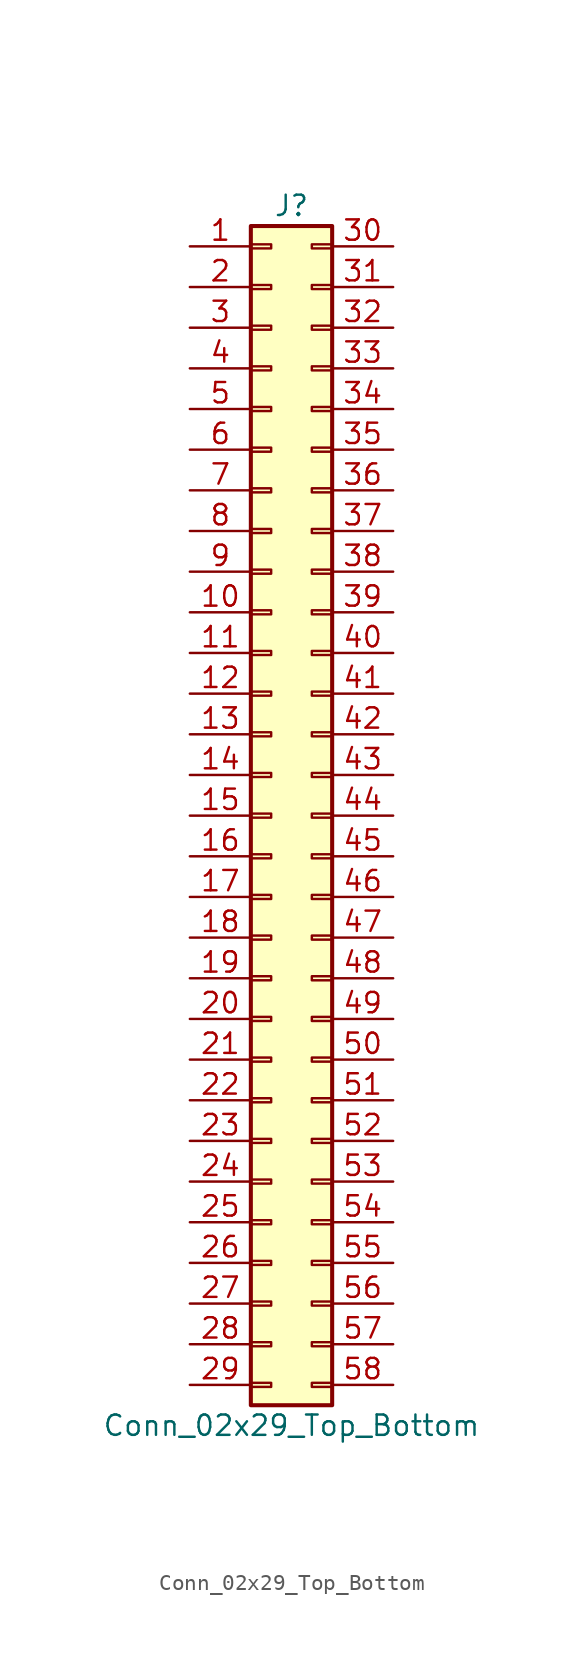
<source format=kicad_sym>
(kicad_symbol_lib
  (version 20201005)
  (generator kicad_symbol_editor)
  (symbol "Conn_02x29_Top_Bottom"
    (pin_names
      (offset 1.016) hide)
    (property "Reference" "J"
      (at 1.27 38.1 0)
      (effects (font (size 1.27 1.27))))
    (property "Value" "Conn_02x29_Top_Bottom"
      (at 1.27 -38.1 0)
      (effects (font (size 1.27 1.27))))
    (symbol "Conn_02x29_Top_Bottom_1_1"
      (rectangle (start -1.27 -35.433) (end 0 -35.687) (stroke (width 0.152)) (fill (type none)))
      (rectangle (start -1.27 -32.893) (end 0 -33.147) (stroke (width 0.152)) (fill (type none)))
      (rectangle (start -1.27 -30.353) (end 0 -30.607) (stroke (width 0.152)) (fill (type none)))
      (rectangle (start -1.27 -27.813) (end 0 -28.067) (stroke (width 0.152)) (fill (type none)))
      (rectangle (start -1.27 -25.273) (end 0 -25.527) (stroke (width 0.152)) (fill (type none)))
      (rectangle (start -1.27 -22.733) (end 0 -22.987) (stroke (width 0.152)) (fill (type none)))
      (rectangle (start -1.27 -20.193) (end 0 -20.447) (stroke (width 0.152)) (fill (type none)))
      (rectangle (start -1.27 -17.653) (end 0 -17.907) (stroke (width 0.152)) (fill (type none)))
      (rectangle (start -1.27 -15.113) (end 0 -15.367) (stroke (width 0.152)) (fill (type none)))
      (rectangle (start -1.27 -12.573) (end 0 -12.827) (stroke (width 0.152)) (fill (type none)))
      (rectangle (start -1.27 -10.033) (end 0 -10.287) (stroke (width 0.152)) (fill (type none)))
      (rectangle (start -1.27 -7.493) (end 0 -7.747) (stroke (width 0.152)) (fill (type none)))
      (rectangle (start -1.27 -4.953) (end 0 -5.207) (stroke (width 0.152)) (fill (type none)))
      (rectangle (start -1.27 -2.413) (end 0 -2.667) (stroke (width 0.152)) (fill (type none)))
      (rectangle (start -1.27 0.127) (end 0 -0.127) (stroke (width 0.152)) (fill (type none)))
      (rectangle (start -1.27 2.667) (end 0 2.413) (stroke (width 0.152)) (fill (type none)))
      (rectangle (start -1.27 5.207) (end 0 4.953) (stroke (width 0.152)) (fill (type none)))
      (rectangle (start -1.27 7.747) (end 0 7.493) (stroke (width 0.152)) (fill (type none)))
      (rectangle (start -1.27 10.287) (end 0 10.033) (stroke (width 0.152)) (fill (type none)))
      (rectangle (start -1.27 12.827) (end 0 12.573) (stroke (width 0.152)) (fill (type none)))
      (rectangle (start -1.27 15.367) (end 0 15.113) (stroke (width 0.152)) (fill (type none)))
      (rectangle (start -1.27 17.907) (end 0 17.653) (stroke (width 0.152)) (fill (type none)))
      (rectangle (start -1.27 20.447) (end 0 20.193) (stroke (width 0.152)) (fill (type none)))
      (rectangle (start -1.27 22.987) (end 0 22.733) (stroke (width 0.152)) (fill (type none)))
      (rectangle (start -1.27 25.527) (end 0 25.273) (stroke (width 0.152)) (fill (type none)))
      (rectangle (start -1.27 28.067) (end 0 27.813) (stroke (width 0.152)) (fill (type none)))
      (rectangle (start -1.27 30.607) (end 0 30.353) (stroke (width 0.152)) (fill (type none)))
      (rectangle (start -1.27 33.147) (end 0 32.893) (stroke (width 0.152)) (fill (type none)))
      (rectangle (start -1.27 35.687) (end 0 35.433) (stroke (width 0.152)) (fill (type none)))
      (rectangle (start -1.27 36.83) (end 3.81 -36.83) (stroke (width 0.254)) (fill (type background)))
      (rectangle (start 3.81 -35.433) (end 2.54 -35.687) (stroke (width 0.152)) (fill (type none)))
      (rectangle (start 3.81 -32.893) (end 2.54 -33.147) (stroke (width 0.152)) (fill (type none)))
      (rectangle (start 3.81 -30.353) (end 2.54 -30.607) (stroke (width 0.152)) (fill (type none)))
      (rectangle (start 3.81 -27.813) (end 2.54 -28.067) (stroke (width 0.152)) (fill (type none)))
      (rectangle (start 3.81 -25.273) (end 2.54 -25.527) (stroke (width 0.152)) (fill (type none)))
      (rectangle (start 3.81 -22.733) (end 2.54 -22.987) (stroke (width 0.152)) (fill (type none)))
      (rectangle (start 3.81 -20.193) (end 2.54 -20.447) (stroke (width 0.152)) (fill (type none)))
      (rectangle (start 3.81 -17.653) (end 2.54 -17.907) (stroke (width 0.152)) (fill (type none)))
      (rectangle (start 3.81 -15.113) (end 2.54 -15.367) (stroke (width 0.152)) (fill (type none)))
      (rectangle (start 3.81 -12.573) (end 2.54 -12.827) (stroke (width 0.152)) (fill (type none)))
      (rectangle (start 3.81 -10.033) (end 2.54 -10.287) (stroke (width 0.152)) (fill (type none)))
      (rectangle (start 3.81 -7.493) (end 2.54 -7.747) (stroke (width 0.152)) (fill (type none)))
      (rectangle (start 3.81 -4.953) (end 2.54 -5.207) (stroke (width 0.152)) (fill (type none)))
      (rectangle (start 3.81 -2.413) (end 2.54 -2.667) (stroke (width 0.152)) (fill (type none)))
      (rectangle (start 3.81 0.127) (end 2.54 -0.127) (stroke (width 0.152)) (fill (type none)))
      (rectangle (start 3.81 2.667) (end 2.54 2.413) (stroke (width 0.152)) (fill (type none)))
      (rectangle (start 3.81 5.207) (end 2.54 4.953) (stroke (width 0.152)) (fill (type none)))
      (rectangle (start 3.81 7.747) (end 2.54 7.493) (stroke (width 0.152)) (fill (type none)))
      (rectangle (start 3.81 10.287) (end 2.54 10.033) (stroke (width 0.152)) (fill (type none)))
      (rectangle (start 3.81 12.827) (end 2.54 12.573) (stroke (width 0.152)) (fill (type none)))
      (rectangle (start 3.81 15.367) (end 2.54 15.113) (stroke (width 0.152)) (fill (type none)))
      (rectangle (start 3.81 17.907) (end 2.54 17.653) (stroke (width 0.152)) (fill (type none)))
      (rectangle (start 3.81 20.447) (end 2.54 20.193) (stroke (width 0.152)) (fill (type none)))
      (rectangle (start 3.81 22.987) (end 2.54 22.733) (stroke (width 0.152)) (fill (type none)))
      (rectangle (start 3.81 25.527) (end 2.54 25.273) (stroke (width 0.152)) (fill (type none)))
      (rectangle (start 3.81 28.067) (end 2.54 27.813) (stroke (width 0.152)) (fill (type none)))
      (rectangle (start 3.81 30.607) (end 2.54 30.353) (stroke (width 0.152)) (fill (type none)))
      (rectangle (start 3.81 33.147) (end 2.54 32.893) (stroke (width 0.152)) (fill (type none)))
      (rectangle (start 3.81 35.687) (end 2.54 35.433) (stroke (width 0.152)) (fill (type none)))
      (pin passive line (at -5.08 35.56 0) (length 3.81) (name "Pin_1" (effects (font (size 1.27 1.27)))) (number "1" (effects (font (size 1.27 1.27)))))
      (pin passive line (at -5.08 12.7 0) (length 3.81) (name "Pin_10" (effects (font (size 1.27 1.27)))) (number "10" (effects (font (size 1.27 1.27)))))
      (pin passive line (at -5.08 10.16 0) (length 3.81) (name "Pin_11" (effects (font (size 1.27 1.27)))) (number "11" (effects (font (size 1.27 1.27)))))
      (pin passive line (at -5.08 7.62 0) (length 3.81) (name "Pin_12" (effects (font (size 1.27 1.27)))) (number "12" (effects (font (size 1.27 1.27)))))
      (pin passive line (at -5.08 5.08 0) (length 3.81) (name "Pin_13" (effects (font (size 1.27 1.27)))) (number "13" (effects (font (size 1.27 1.27)))))
      (pin passive line (at -5.08 2.54 0) (length 3.81) (name "Pin_14" (effects (font (size 1.27 1.27)))) (number "14" (effects (font (size 1.27 1.27)))))
      (pin passive line (at -5.08 0 0) (length 3.81) (name "Pin_15" (effects (font (size 1.27 1.27)))) (number "15" (effects (font (size 1.27 1.27)))))
      (pin passive line (at -5.08 -2.54 0) (length 3.81) (name "Pin_16" (effects (font (size 1.27 1.27)))) (number "16" (effects (font (size 1.27 1.27)))))
      (pin passive line (at -5.08 -5.08 0) (length 3.81) (name "Pin_17" (effects (font (size 1.27 1.27)))) (number "17" (effects (font (size 1.27 1.27)))))
      (pin passive line (at -5.08 -7.62 0) (length 3.81) (name "Pin_18" (effects (font (size 1.27 1.27)))) (number "18" (effects (font (size 1.27 1.27)))))
      (pin passive line (at -5.08 -10.16 0) (length 3.81) (name "Pin_19" (effects (font (size 1.27 1.27)))) (number "19" (effects (font (size 1.27 1.27)))))
      (pin passive line (at -5.08 33.02 0) (length 3.81) (name "Pin_2" (effects (font (size 1.27 1.27)))) (number "2" (effects (font (size 1.27 1.27)))))
      (pin passive line (at -5.08 -12.7 0) (length 3.81) (name "Pin_20" (effects (font (size 1.27 1.27)))) (number "20" (effects (font (size 1.27 1.27)))))
      (pin passive line (at -5.08 -15.24 0) (length 3.81) (name "Pin_21" (effects (font (size 1.27 1.27)))) (number "21" (effects (font (size 1.27 1.27)))))
      (pin passive line (at -5.08 -17.78 0) (length 3.81) (name "Pin_22" (effects (font (size 1.27 1.27)))) (number "22" (effects (font (size 1.27 1.27)))))
      (pin passive line (at -5.08 -20.32 0) (length 3.81) (name "Pin_23" (effects (font (size 1.27 1.27)))) (number "23" (effects (font (size 1.27 1.27)))))
      (pin passive line (at -5.08 -22.86 0) (length 3.81) (name "Pin_24" (effects (font (size 1.27 1.27)))) (number "24" (effects (font (size 1.27 1.27)))))
      (pin passive line (at -5.08 -25.4 0) (length 3.81) (name "Pin_25" (effects (font (size 1.27 1.27)))) (number "25" (effects (font (size 1.27 1.27)))))
      (pin passive line (at -5.08 -27.94 0) (length 3.81) (name "Pin_26" (effects (font (size 1.27 1.27)))) (number "26" (effects (font (size 1.27 1.27)))))
      (pin passive line (at -5.08 -30.48 0) (length 3.81) (name "Pin_27" (effects (font (size 1.27 1.27)))) (number "27" (effects (font (size 1.27 1.27)))))
      (pin passive line (at -5.08 -33.02 0) (length 3.81) (name "Pin_28" (effects (font (size 1.27 1.27)))) (number "28" (effects (font (size 1.27 1.27)))))
      (pin passive line (at -5.08 -35.56 0) (length 3.81) (name "Pin_29" (effects (font (size 1.27 1.27)))) (number "29" (effects (font (size 1.27 1.27)))))
      (pin passive line (at -5.08 30.48 0) (length 3.81) (name "Pin_3" (effects (font (size 1.27 1.27)))) (number "3" (effects (font (size 1.27 1.27)))))
      (pin passive line (at 7.62 35.56 180) (length 3.81) (name "Pin_30" (effects (font (size 1.27 1.27)))) (number "30" (effects (font (size 1.27 1.27)))))
      (pin passive line (at 7.62 33.02 180) (length 3.81) (name "Pin_31" (effects (font (size 1.27 1.27)))) (number "31" (effects (font (size 1.27 1.27)))))
      (pin passive line (at 7.62 30.48 180) (length 3.81) (name "Pin_32" (effects (font (size 1.27 1.27)))) (number "32" (effects (font (size 1.27 1.27)))))
      (pin passive line (at 7.62 27.94 180) (length 3.81) (name "Pin_33" (effects (font (size 1.27 1.27)))) (number "33" (effects (font (size 1.27 1.27)))))
      (pin passive line (at 7.62 25.4 180) (length 3.81) (name "Pin_34" (effects (font (size 1.27 1.27)))) (number "34" (effects (font (size 1.27 1.27)))))
      (pin passive line (at 7.62 22.86 180) (length 3.81) (name "Pin_35" (effects (font (size 1.27 1.27)))) (number "35" (effects (font (size 1.27 1.27)))))
      (pin passive line (at 7.62 20.32 180) (length 3.81) (name "Pin_36" (effects (font (size 1.27 1.27)))) (number "36" (effects (font (size 1.27 1.27)))))
      (pin passive line (at 7.62 17.78 180) (length 3.81) (name "Pin_37" (effects (font (size 1.27 1.27)))) (number "37" (effects (font (size 1.27 1.27)))))
      (pin passive line (at 7.62 15.24 180) (length 3.81) (name "Pin_38" (effects (font (size 1.27 1.27)))) (number "38" (effects (font (size 1.27 1.27)))))
      (pin passive line (at 7.62 12.7 180) (length 3.81) (name "Pin_39" (effects (font (size 1.27 1.27)))) (number "39" (effects (font (size 1.27 1.27)))))
      (pin passive line (at -5.08 27.94 0) (length 3.81) (name "Pin_4" (effects (font (size 1.27 1.27)))) (number "4" (effects (font (size 1.27 1.27)))))
      (pin passive line (at 7.62 10.16 180) (length 3.81) (name "Pin_40" (effects (font (size 1.27 1.27)))) (number "40" (effects (font (size 1.27 1.27)))))
      (pin passive line (at 7.62 7.62 180) (length 3.81) (name "Pin_41" (effects (font (size 1.27 1.27)))) (number "41" (effects (font (size 1.27 1.27)))))
      (pin passive line (at 7.62 5.08 180) (length 3.81) (name "Pin_42" (effects (font (size 1.27 1.27)))) (number "42" (effects (font (size 1.27 1.27)))))
      (pin passive line (at 7.62 2.54 180) (length 3.81) (name "Pin_43" (effects (font (size 1.27 1.27)))) (number "43" (effects (font (size 1.27 1.27)))))
      (pin passive line (at 7.62 0 180) (length 3.81) (name "Pin_44" (effects (font (size 1.27 1.27)))) (number "44" (effects (font (size 1.27 1.27)))))
      (pin passive line (at 7.62 -2.54 180) (length 3.81) (name "Pin_45" (effects (font (size 1.27 1.27)))) (number "45" (effects (font (size 1.27 1.27)))))
      (pin passive line (at 7.62 -5.08 180) (length 3.81) (name "Pin_46" (effects (font (size 1.27 1.27)))) (number "46" (effects (font (size 1.27 1.27)))))
      (pin passive line (at 7.62 -7.62 180) (length 3.81) (name "Pin_47" (effects (font (size 1.27 1.27)))) (number "47" (effects (font (size 1.27 1.27)))))
      (pin passive line (at 7.62 -10.16 180) (length 3.81) (name "Pin_48" (effects (font (size 1.27 1.27)))) (number "48" (effects (font (size 1.27 1.27)))))
      (pin passive line (at 7.62 -12.7 180) (length 3.81) (name "Pin_49" (effects (font (size 1.27 1.27)))) (number "49" (effects (font (size 1.27 1.27)))))
      (pin passive line (at -5.08 25.4 0) (length 3.81) (name "Pin_5" (effects (font (size 1.27 1.27)))) (number "5" (effects (font (size 1.27 1.27)))))
      (pin passive line (at 7.62 -15.24 180) (length 3.81) (name "Pin_50" (effects (font (size 1.27 1.27)))) (number "50" (effects (font (size 1.27 1.27)))))
      (pin passive line (at 7.62 -17.78 180) (length 3.81) (name "Pin_51" (effects (font (size 1.27 1.27)))) (number "51" (effects (font (size 1.27 1.27)))))
      (pin passive line (at 7.62 -20.32 180) (length 3.81) (name "Pin_52" (effects (font (size 1.27 1.27)))) (number "52" (effects (font (size 1.27 1.27)))))
      (pin passive line (at 7.62 -22.86 180) (length 3.81) (name "Pin_53" (effects (font (size 1.27 1.27)))) (number "53" (effects (font (size 1.27 1.27)))))
      (pin passive line (at 7.62 -25.4 180) (length 3.81) (name "Pin_54" (effects (font (size 1.27 1.27)))) (number "54" (effects (font (size 1.27 1.27)))))
      (pin passive line (at 7.62 -27.94 180) (length 3.81) (name "Pin_55" (effects (font (size 1.27 1.27)))) (number "55" (effects (font (size 1.27 1.27)))))
      (pin passive line (at 7.62 -30.48 180) (length 3.81) (name "Pin_56" (effects (font (size 1.27 1.27)))) (number "56" (effects (font (size 1.27 1.27)))))
      (pin passive line (at 7.62 -33.02 180) (length 3.81) (name "Pin_57" (effects (font (size 1.27 1.27)))) (number "57" (effects (font (size 1.27 1.27)))))
      (pin passive line (at 7.62 -35.56 180) (length 3.81) (name "Pin_58" (effects (font (size 1.27 1.27)))) (number "58" (effects (font (size 1.27 1.27)))))
      (pin passive line (at -5.08 22.86 0) (length 3.81) (name "Pin_6" (effects (font (size 1.27 1.27)))) (number "6" (effects (font (size 1.27 1.27)))))
      (pin passive line (at -5.08 20.32 0) (length 3.81) (name "Pin_7" (effects (font (size 1.27 1.27)))) (number "7" (effects (font (size 1.27 1.27)))))
      (pin passive line (at -5.08 17.78 0) (length 3.81) (name "Pin_8" (effects (font (size 1.27 1.27)))) (number "8" (effects (font (size 1.27 1.27)))))
      (pin passive line (at -5.08 15.24 0) (length 3.81) (name "Pin_9" (effects (font (size 1.27 1.27)))) (number "9" (effects (font (size 1.27 1.27))))))))
</source>
